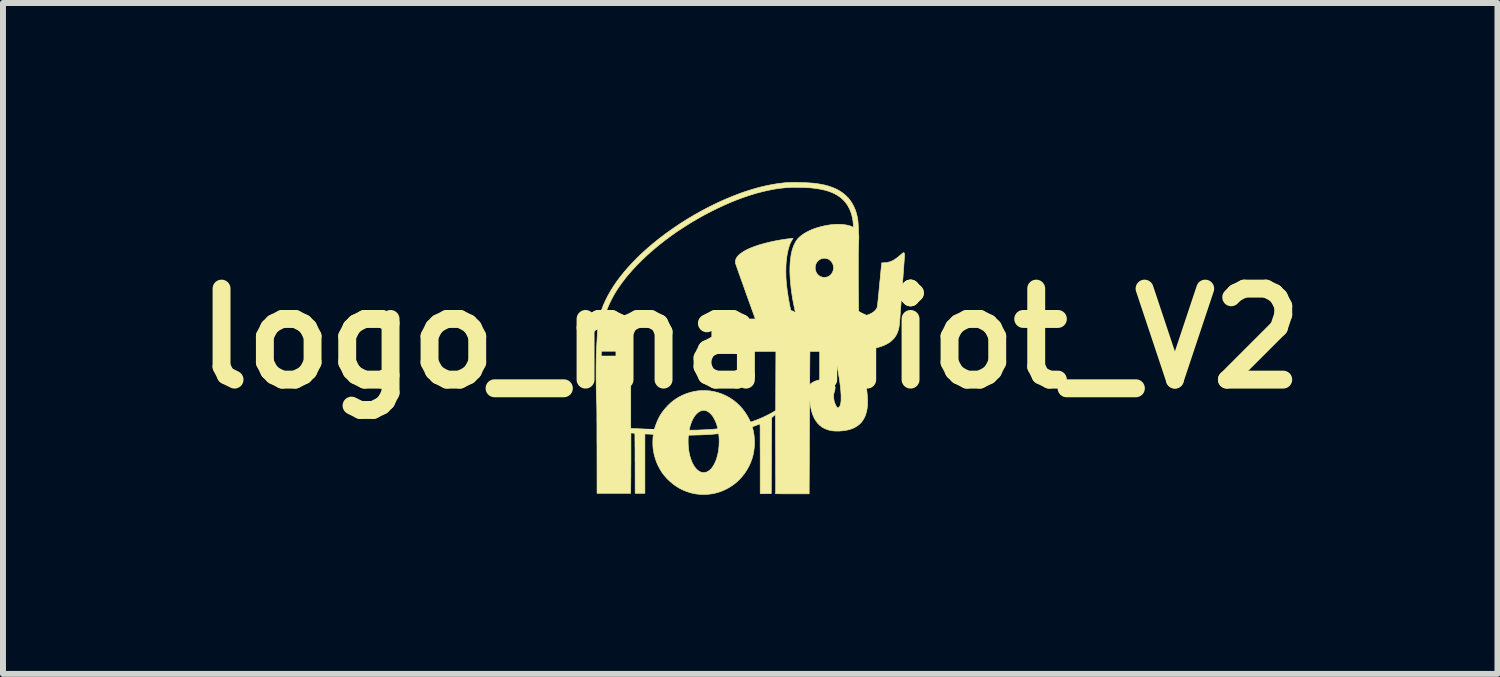
<source format=kicad_pcb>
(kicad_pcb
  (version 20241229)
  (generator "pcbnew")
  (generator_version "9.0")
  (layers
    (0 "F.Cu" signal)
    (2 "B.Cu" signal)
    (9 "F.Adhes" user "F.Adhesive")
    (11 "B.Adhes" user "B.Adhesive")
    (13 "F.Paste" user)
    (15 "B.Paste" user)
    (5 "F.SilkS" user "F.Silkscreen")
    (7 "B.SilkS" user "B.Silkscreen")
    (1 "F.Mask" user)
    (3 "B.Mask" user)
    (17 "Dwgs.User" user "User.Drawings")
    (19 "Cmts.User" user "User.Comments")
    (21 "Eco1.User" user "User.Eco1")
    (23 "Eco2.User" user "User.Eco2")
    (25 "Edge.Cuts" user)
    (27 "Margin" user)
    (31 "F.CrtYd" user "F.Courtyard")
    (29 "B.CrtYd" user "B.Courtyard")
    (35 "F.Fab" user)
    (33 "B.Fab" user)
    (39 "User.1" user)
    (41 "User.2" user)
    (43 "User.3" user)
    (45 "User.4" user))
  (footprint "logo_mamiot_V2"
    (layer "F.Cu")
    (at 9.514 2.618)
    (property "Reference" "logo_mamiot_V2" (at 0 0 0) (layer "F.SilkS") (effects (font (size 1.524 1.524) (thickness 0.3))))
    (attr through_hole)
    (fp_poly (pts (xy 0.788 -2.613) (xy 0.835 -2.612) (xy 0.883 -2.61) (xy 0.93 -2.609) (xy 0.975 -2.606) (xy 1.018 -2.603) (xy 1.058 -2.6) (xy 1.094 -2.596) (xy 1.103 -2.595) (xy 1.178 -2.583) (xy 1.248 -2.569) (xy 1.314 -2.551) (xy 1.375 -2.53) (xy 1.432 -2.506) (xy 1.485 -2.478) (xy 1.534 -2.447) (xy 1.579 -2.412) (xy 1.61 -2.385) (xy 1.648 -2.345) (xy 1.682 -2.301) (xy 1.713 -2.253) (xy 1.739 -2.201) (xy 1.762 -2.147) (xy 1.776 -2.103) (xy 1.784 -2.073) (xy 1.791 -2.044) (xy 1.797 -2.016) (xy 1.802 -1.986) (xy 1.805 -1.954) (xy 1.808 -1.92) (xy 1.81 -1.882) (xy 1.812 -1.839) (xy 1.812 -1.836) (xy 1.813 -1.814) (xy 1.813 -1.792) (xy 1.814 -1.773) (xy 1.815 -1.757) (xy 1.816 -1.744) (xy 1.817 -1.735) (xy 1.818 -1.734) (xy 1.819 -1.726) (xy 1.819 -1.716) (xy 1.819 -1.702) (xy 1.819 -1.685) (xy 1.818 -1.663) (xy 1.818 -1.655) (xy 1.816 -1.609) (xy 1.814 -1.557) (xy 1.813 -1.5) (xy 1.811 -1.438) (xy 1.811 -1.371) (xy 1.81 -1.299) (xy 1.81 -1.222) (xy 1.81 -1.14) (xy 1.81 -1.054) (xy 1.81 -1.013) (xy 1.81 -0.973) (xy 1.811 -0.932) (xy 1.811 -0.89) (xy 1.811 -0.847) (xy 1.812 -0.803) (xy 1.812 -0.76) (xy 1.813 -0.717) (xy 1.813 -0.674) (xy 1.814 -0.633) (xy 1.814 -0.593) (xy 1.815 -0.556) (xy 1.815 -0.52) (xy 1.816 -0.487) (xy 1.816 -0.457) (xy 1.817 -0.43) (xy 1.817 -0.407) (xy 1.818 -0.388) (xy 1.818 -0.373) (xy 1.819 -0.364) (xy 1.819 -0.359) (xy 1.819 -0.359) (xy 1.822 -0.359) (xy 1.83 -0.36) (xy 1.842 -0.362) (xy 1.857 -0.364) (xy 1.873 -0.368) (xy 1.891 -0.372) (xy 1.899 -0.374) (xy 1.944 -0.386) (xy 1.984 -0.4) (xy 2.018 -0.415) (xy 2.048 -0.432) (xy 2.074 -0.451) (xy 2.095 -0.472) (xy 2.107 -0.487) (xy 2.11 -0.491) (xy 2.113 -0.495) (xy 2.116 -0.499) (xy 2.118 -0.503) (xy 2.12 -0.507) (xy 2.122 -0.512) (xy 2.124 -0.518) (xy 2.126 -0.525) (xy 2.128 -0.534) (xy 2.13 -0.545) (xy 2.131 -0.559) (xy 2.134 -0.574) (xy 2.136 -0.593) (xy 2.138 -0.614) (xy 2.141 -0.639) (xy 2.144 -0.668) (xy 2.147 -0.701) (xy 2.151 -0.738) (xy 2.155 -0.78) (xy 2.159 -0.826) (xy 2.164 -0.878) (xy 2.166 -0.898) (xy 2.17 -0.943) (xy 2.175 -0.986) (xy 2.179 -1.028) (xy 2.182 -1.067) (xy 2.186 -1.103) (xy 2.189 -1.137) (xy 2.192 -1.168) (xy 2.195 -1.195) (xy 2.197 -1.218) (xy 2.199 -1.237) (xy 2.2 -1.251) (xy 2.201 -1.261) (xy 2.201 -1.265) (xy 2.201 -1.265) (xy 2.204 -1.266) (xy 2.211 -1.266) (xy 2.222 -1.267) (xy 2.236 -1.268) (xy 2.244 -1.268) (xy 2.276 -1.27) (xy 2.305 -1.275) (xy 2.333 -1.282) (xy 2.361 -1.292) (xy 2.389 -1.305) (xy 2.417 -1.321) (xy 2.447 -1.342) (xy 2.479 -1.366) (xy 2.512 -1.394) (xy 2.528 -1.408) (xy 2.541 -1.419) (xy 2.55 -1.426) (xy 2.558 -1.432) (xy 2.563 -1.435) (xy 2.567 -1.436) (xy 2.571 -1.436) (xy 2.572 -1.436) (xy 2.578 -1.432) (xy 2.582 -1.424) (xy 2.584 -1.41) (xy 2.585 -1.398) (xy 2.585 -1.393) (xy 2.584 -1.383) (xy 2.583 -1.368) (xy 2.582 -1.349) (xy 2.58 -1.325) (xy 2.578 -1.297) (xy 2.576 -1.265) (xy 2.573 -1.231) (xy 2.571 -1.193) (xy 2.568 -1.152) (xy 2.565 -1.109) (xy 2.561 -1.064) (xy 2.558 -1.018) (xy 2.554 -0.97) (xy 2.551 -0.921) (xy 2.547 -0.871) (xy 2.543 -0.821) (xy 2.539 -0.771) (xy 2.536 -0.721) (xy 2.532 -0.671) (xy 2.528 -0.623) (xy 2.525 -0.576) (xy 2.521 -0.53) (xy 2.518 -0.487) (xy 2.515 -0.445) (xy 2.512 -0.406) (xy 2.509 -0.37) (xy 2.507 -0.337) (xy 2.504 -0.308) (xy 2.502 -0.283) (xy 2.5 -0.262) (xy 2.499 -0.245) (xy 2.498 -0.233) (xy 2.497 -0.226) (xy 2.497 -0.226) (xy 2.489 -0.175) (xy 2.476 -0.127) (xy 2.459 -0.084) (xy 2.438 -0.044) (xy 2.412 -0.007) (xy 2.382 0.025) (xy 2.348 0.055) (xy 2.309 0.081) (xy 2.276 0.099) (xy 2.234 0.119) (xy 2.186 0.136) (xy 2.133 0.152) (xy 2.075 0.167) (xy 2.013 0.179) (xy 1.947 0.19) (xy 1.908 0.195) (xy 1.896 0.196) (xy 1.886 0.198) (xy 1.879 0.199) (xy 1.877 0.199) (xy 1.878 0.202) (xy 1.878 0.21) (xy 1.88 0.223) (xy 1.882 0.24) (xy 1.884 0.262) (xy 1.887 0.288) (xy 1.89 0.317) (xy 1.894 0.349) (xy 1.898 0.384) (xy 1.902 0.422) (xy 1.906 0.462) (xy 1.911 0.503) (xy 1.914 0.527) (xy 1.918 0.57) (xy 1.923 0.613) (xy 1.928 0.654) (xy 1.932 0.694) (xy 1.937 0.731) (xy 1.941 0.767) (xy 1.944 0.799) (xy 1.947 0.827) (xy 1.95 0.852) (xy 1.952 0.873) (xy 1.954 0.889) (xy 1.956 0.901) (xy 1.956 0.903) (xy 1.962 0.967) (xy 1.965 1.025) (xy 1.965 1.08) (xy 1.963 1.131) (xy 1.957 1.178) (xy 1.949 1.222) (xy 1.937 1.264) (xy 1.923 1.303) (xy 1.906 1.338) (xy 1.883 1.376) (xy 1.856 1.411) (xy 1.824 1.441) (xy 1.789 1.468) (xy 1.75 1.491) (xy 1.706 1.511) (xy 1.659 1.526) (xy 1.607 1.538) (xy 1.551 1.546) (xy 1.491 1.551) (xy 1.486 1.551) (xy 1.43 1.551) (xy 1.378 1.547) (xy 1.329 1.538) (xy 1.283 1.524) (xy 1.241 1.506) (xy 1.202 1.484) (xy 1.167 1.457) (xy 1.134 1.425) (xy 1.106 1.389) (xy 1.08 1.349) (xy 1.066 1.321) (xy 1.045 1.272) (xy 1.028 1.219) (xy 1.015 1.162) (xy 1.005 1.104) (xy 1.002 1.073) (xy 1 1.059) (xy 0.999 1.047) (xy 0.998 1.038) (xy 0.997 1.033) (xy 0.997 1.033) (xy 0.997 1.033) (xy 0.996 1.035) (xy 0.996 1.039) (xy 0.996 1.044) (xy 0.996 1.052) (xy 0.996 1.062) (xy 0.995 1.074) (xy 0.995 1.089) (xy 0.995 1.106) (xy 0.995 1.126) (xy 0.995 1.149) (xy 0.995 1.175) (xy 0.994 1.204) (xy 0.994 1.237) (xy 0.994 1.273) (xy 0.994 1.313) (xy 0.993 1.357) (xy 0.993 1.405) (xy 0.993 1.457) (xy 0.992 1.513) (xy 0.992 1.574) (xy 0.992 1.639) (xy 0.991 1.709) (xy 0.991 1.783) (xy 0.991 1.863) (xy 0.99 1.948) (xy 0.99 2.038) (xy 0.989 2.134) (xy 0.989 2.153) (xy 0.987 2.602) (xy 0.702 2.602) (xy 0.655 2.602) (xy 0.613 2.602) (xy 0.576 2.602) (xy 0.544 2.602) (xy 0.517 2.602) (xy 0.494 2.601) (xy 0.474 2.601) (xy 0.458 2.601) (xy 0.446 2.601) (xy 0.436 2.6) (xy 0.429 2.6) (xy 0.424 2.6) (xy 0.422 2.599) (xy 0.421 2.598) (xy 0.421 2.598) (xy 0.422 2.597) (xy 0.422 2.596) (xy 0.423 2.595) (xy 0.423 2.592) (xy 0.424 2.589) (xy 0.424 2.584) (xy 0.424 2.578) (xy 0.425 2.57) (xy 0.425 2.56) (xy 0.425 2.548) (xy 0.425 2.534) (xy 0.425 2.517) (xy 0.426 2.497) (xy 0.426 2.475) (xy 0.426 2.449) (xy 0.426 2.42) (xy 0.426 2.387) (xy 0.426 2.351) (xy 0.426 2.31) (xy 0.425 2.265) (xy 0.425 2.216) (xy 0.425 2.162) (xy 0.425 2.103) (xy 0.425 2.038) (xy 0.425 1.969) (xy 0.424 1.934) (xy 0.422 1.273) (xy 0.391 1.3) (xy 0.359 1.327) (xy 0.357 1.606) (xy 0.357 1.65) (xy 0.357 1.696) (xy 0.357 1.742) (xy 0.356 1.789) (xy 0.356 1.834) (xy 0.356 1.879) (xy 0.356 1.921) (xy 0.356 1.961) (xy 0.356 1.997) (xy 0.356 2.029) (xy 0.356 2.05) (xy 0.356 2.084) (xy 0.355 2.122) (xy 0.355 2.164) (xy 0.355 2.208) (xy 0.355 2.253) (xy 0.355 2.298) (xy 0.354 2.341) (xy 0.354 2.382) (xy 0.354 2.407) (xy 0.352 2.599) (xy 0.167 2.599) (xy 0.167 2.015) (xy 0.167 1.947) (xy 0.167 1.885) (xy 0.166 1.828) (xy 0.166 1.776) (xy 0.166 1.728) (xy 0.166 1.686) (xy 0.166 1.647) (xy 0.166 1.613) (xy 0.166 1.582) (xy 0.166 1.555) (xy 0.166 1.532) (xy 0.166 1.511) (xy 0.166 1.494) (xy 0.165 1.479) (xy 0.165 1.467) (xy 0.165 1.457) (xy 0.165 1.449) (xy 0.164 1.443) (xy 0.164 1.439) (xy 0.163 1.435) (xy 0.163 1.434) (xy 0.162 1.433) (xy 0.162 1.432) (xy 0.162 1.432) (xy 0.152 1.436) (xy 0.138 1.441) (xy 0.122 1.447) (xy 0.105 1.454) (xy 0.089 1.46) (xy 0.075 1.465) (xy 0.064 1.468) (xy 0.064 1.469) (xy 0.053 1.472) (xy 0.044 1.476) (xy 0.038 1.478) (xy 0.037 1.478) (xy 0.036 1.481) (xy 0.036 1.485) (xy 0.037 1.493) (xy 0.04 1.505) (xy 0.044 1.519) (xy 0.055 1.567) (xy 0.063 1.613) (xy 0.068 1.659) (xy 0.071 1.708) (xy 0.071 1.743) (xy 0.069 1.813) (xy 0.061 1.88) (xy 0.049 1.946) (xy 0.032 2.009) (xy 0.009 2.072) (xy -0.019 2.135) (xy -0.024 2.145) (xy -0.058 2.205) (xy -0.096 2.262) (xy -0.138 2.315) (xy -0.183 2.365) (xy -0.233 2.411) (xy -0.285 2.452) (xy -0.341 2.489) (xy -0.399 2.522) (xy -0.46 2.55) (xy -0.523 2.573) (xy -0.587 2.591) (xy -0.643 2.602) (xy -0.706 2.61) (xy -0.769 2.613) (xy -0.831 2.612) (xy -0.854 2.61) (xy -0.921 2.602) (xy -0.987 2.588) (xy -1.051 2.568) (xy -1.114 2.544) (xy -1.174 2.515) (xy -1.232 2.481) (xy -1.287 2.442) (xy -1.339 2.399) (xy -1.389 2.352) (xy -1.434 2.301) (xy -1.475 2.248) (xy -1.511 2.19) (xy -1.543 2.13) (xy -1.571 2.067) (xy -1.593 2.001) (xy -1.611 1.932) (xy -1.623 1.87) (xy -1.627 1.833) (xy -1.63 1.792) (xy -1.631 1.749) (xy -1.631 1.731) (xy -1.04 1.731) (xy -1.038 1.791) (xy -1.033 1.85) (xy -1.024 1.908) (xy -1.012 1.964) (xy -1 2.004) (xy -0.984 2.049) (xy -0.966 2.091) (xy -0.946 2.127) (xy -0.924 2.16) (xy -0.901 2.187) (xy -0.876 2.21) (xy -0.85 2.227) (xy -0.823 2.24) (xy -0.815 2.242) (xy -0.799 2.245) (xy -0.78 2.246) (xy -0.76 2.244) (xy -0.742 2.241) (xy -0.732 2.238) (xy -0.706 2.225) (xy -0.68 2.207) (xy -0.656 2.184) (xy -0.633 2.156) (xy -0.612 2.124) (xy -0.593 2.087) (xy -0.575 2.047) (xy -0.56 2.003) (xy -0.547 1.956) (xy -0.536 1.906) (xy -0.53 1.873) (xy -0.523 1.806) (xy -0.52 1.739) (xy -0.52 1.696) (xy -0.521 1.676) (xy -0.522 1.656) (xy -0.523 1.638) (xy -0.525 1.622) (xy -0.526 1.609) (xy -0.527 1.6) (xy -0.529 1.596) (xy -0.529 1.595) (xy -0.532 1.595) (xy -0.539 1.596) (xy -0.551 1.597) (xy -0.565 1.598) (xy -0.573 1.599) (xy -0.629 1.604) (xy -0.691 1.608) (xy -0.758 1.612) (xy -0.829 1.615) (xy -0.906 1.617) (xy -0.957 1.619) (xy -0.977 1.619) (xy -0.995 1.62) (xy -1.011 1.62) (xy -1.023 1.62) (xy -1.032 1.621) (xy -1.035 1.621) (xy -1.035 1.621) (xy -1.035 1.624) (xy -1.036 1.632) (xy -1.037 1.643) (xy -1.038 1.658) (xy -1.039 1.673) (xy -1.04 1.731) (xy -1.631 1.731) (xy -1.63 1.705) (xy -1.628 1.661) (xy -1.624 1.621) (xy -1.622 1.607) (xy -1.64 1.605) (xy -1.649 1.604) (xy -1.662 1.603) (xy -1.678 1.603) (xy -1.696 1.602) (xy -1.711 1.601) (xy -1.764 1.6) (xy -1.764 2.594) (xy -1.927 2.594) (xy -1.928 2.092) (xy -1.929 2.04) (xy -1.929 1.988) (xy -1.929 1.939) (xy -1.929 1.891) (xy -1.929 1.846) (xy -1.93 1.804) (xy -1.93 1.765) (xy -1.93 1.729) (xy -1.931 1.696) (xy -1.931 1.667) (xy -1.931 1.642) (xy -1.931 1.622) (xy -1.932 1.606) (xy -1.932 1.595) (xy -1.932 1.59) (xy -1.932 1.589) (xy -1.936 1.588) (xy -1.944 1.587) (xy -1.955 1.586) (xy -1.966 1.585) (xy -1.998 1.583) (xy -1.998 1.891) (xy -1.998 1.938) (xy -1.998 1.986) (xy -1.998 2.036) (xy -1.998 2.086) (xy -1.999 2.136) (xy -1.999 2.185) (xy -1.999 2.233) (xy -1.999 2.277) (xy -1.999 2.319) (xy -2 2.356) (xy -2 2.389) (xy -2 2.397) (xy -2.002 2.594) (xy -2.565 2.594) (xy -2.566 1.879) (xy -2.566 1.794) (xy -2.567 1.714) (xy -2.567 1.639) (xy -2.567 1.568) (xy -2.567 1.532) (xy -1.022 1.532) (xy -1.021 1.534) (xy -1.019 1.535) (xy -1.014 1.536) (xy -1.007 1.536) (xy -0.996 1.536) (xy -0.98 1.536) (xy -0.964 1.536) (xy -0.945 1.536) (xy -0.922 1.535) (xy -0.896 1.535) (xy -0.869 1.534) (xy -0.844 1.533) (xy -0.828 1.532) (xy -0.802 1.531) (xy -0.775 1.53) (xy -0.747 1.529) (xy -0.718 1.527) (xy -0.69 1.525) (xy -0.663 1.523) (xy -0.637 1.522) (xy -0.613 1.52) (xy -0.591 1.518) (xy -0.573 1.516) (xy -0.559 1.515) (xy -0.549 1.513) (xy -0.544 1.512) (xy -0.543 1.512) (xy -0.543 1.509) (xy -0.545 1.501) (xy -0.548 1.491) (xy -0.551 1.478) (xy -0.555 1.463) (xy -0.559 1.449) (xy -0.563 1.435) (xy -0.567 1.424) (xy -0.569 1.42) (xy -0.585 1.38) (xy -0.603 1.344) (xy -0.622 1.311) (xy -0.644 1.282) (xy -0.667 1.257) (xy -0.691 1.237) (xy -0.715 1.221) (xy -0.74 1.21) (xy -0.742 1.21) (xy -0.762 1.206) (xy -0.784 1.205) (xy -0.805 1.207) (xy -0.825 1.212) (xy -0.851 1.224) (xy -0.876 1.242) (xy -0.901 1.264) (xy -0.924 1.291) (xy -0.945 1.323) (xy -0.965 1.358) (xy -0.983 1.398) (xy -0.993 1.427) (xy -0.998 1.44) (xy -1.003 1.456) (xy -1.008 1.473) (xy -1.012 1.49) (xy -1.016 1.505) (xy -1.019 1.518) (xy -1.021 1.528) (xy -1.022 1.532) (xy -2.567 1.532) (xy -2.567 1.503) (xy -2.567 1.442) (xy -2.568 1.386) (xy -2.568 1.335) (xy -2.568 1.289) (xy -2.568 1.248) (xy -2.569 1.213) (xy -2.569 1.182) (xy -2.569 1.158) (xy -2.57 1.138) (xy -2.57 1.124) (xy -2.57 1.116) (xy -2.572 1.087) (xy -2.574 1.052) (xy -2.575 1.014) (xy -2.576 0.971) (xy -2.577 0.925) (xy -2.578 0.876) (xy -2.579 0.825) (xy -2.58 0.772) (xy -2.58 0.719) (xy -2.581 0.665) (xy -2.581 0.611) (xy -2.581 0.558) (xy -2.581 0.506) (xy -2.581 0.456) (xy -2.58 0.409) (xy -2.58 0.365) (xy -2.579 0.324) (xy -2.578 0.294) (xy -2.495 0.294) (xy -2.001 0.294) (xy -2.001 1.507) (xy -1.99 1.507) (xy -1.986 1.507) (xy -1.976 1.508) (xy -1.962 1.508) (xy -1.943 1.509) (xy -1.921 1.51) (xy -1.896 1.511) (xy -1.868 1.512) (xy -1.839 1.514) (xy -1.807 1.515) (xy -1.803 1.515) (xy -1.772 1.517) (xy -1.742 1.518) (xy -1.714 1.519) (xy -1.689 1.52) (xy -1.666 1.521) (xy -1.647 1.522) (xy -1.632 1.523) (xy -1.622 1.523) (xy -1.617 1.524) (xy -1.616 1.524) (xy -1.609 1.523) (xy -1.605 1.521) (xy -1.605 1.52) (xy -1.604 1.517) (xy -1.601 1.509) (xy -1.597 1.497) (xy -1.593 1.483) (xy -1.588 1.468) (xy -1.564 1.404) (xy -1.538 1.344) (xy -1.507 1.287) (xy -1.471 1.233) (xy -1.431 1.182) (xy -1.386 1.132) (xy -1.379 1.124) (xy -1.351 1.097) (xy -1.325 1.073) (xy -1.299 1.052) (xy -1.272 1.032) (xy -1.244 1.012) (xy -1.186 0.977) (xy -1.125 0.947) (xy -1.063 0.922) (xy -0.999 0.902) (xy -0.935 0.887) (xy -0.87 0.877) (xy -0.804 0.873) (xy -0.738 0.873) (xy -0.672 0.879) (xy -0.607 0.89) (xy -0.542 0.907) (xy -0.479 0.928) (xy -0.417 0.955) (xy -0.357 0.986) (xy -0.33 1.003) (xy -0.274 1.041) (xy -0.222 1.084) (xy -0.172 1.132) (xy -0.127 1.183) (xy -0.086 1.238) (xy -0.049 1.296) (xy -0.016 1.356) (xy -0.014 1.361) (xy -0.008 1.374) (xy -0.002 1.386) (xy 0.003 1.394) (xy 0.007 1.399) (xy 0.008 1.4) (xy 0.013 1.399) (xy 0.023 1.396) (xy 0.037 1.391) (xy 0.053 1.385) (xy 0.073 1.378) (xy 0.094 1.37) (xy 0.116 1.362) (xy 0.138 1.353) (xy 0.161 1.344) (xy 0.182 1.335) (xy 0.196 1.328) (xy 0.216 1.32) (xy 0.238 1.309) (xy 0.262 1.298) (xy 0.286 1.285) (xy 0.31 1.273) (xy 0.334 1.261) (xy 0.356 1.249) (xy 0.377 1.237) (xy 0.394 1.227) (xy 0.408 1.219) (xy 0.418 1.212) (xy 0.42 1.211) (xy 0.426 1.206) (xy 0.428 0.712) (xy 0.428 0.677) (xy 0.996 0.677) (xy 0.996 0.704) (xy 0.997 0.726) (xy 0.997 0.743) (xy 0.997 0.756) (xy 0.998 0.765) (xy 0.998 0.77) (xy 0.999 0.77) (xy 1.002 0.769) (xy 1.006 0.765) (xy 1.01 0.761) (xy 1.018 0.755) (xy 1.028 0.748) (xy 1.034 0.744) (xy 1.069 0.723) (xy 1.106 0.708) (xy 1.144 0.698) (xy 1.182 0.693) (xy 1.22 0.693) (xy 1.258 0.699) (xy 1.295 0.71) (xy 1.321 0.721) (xy 1.341 0.732) (xy 1.36 0.744) (xy 1.377 0.757) (xy 1.393 0.77) (xy 1.406 0.782) (xy 1.415 0.794) (xy 1.419 0.803) (xy 1.422 0.819) (xy 1.421 0.838) (xy 1.418 0.86) (xy 1.412 0.887) (xy 1.405 0.907) (xy 1.402 0.918) (xy 1.4 0.927) (xy 1.398 0.934) (xy 1.397 0.943) (xy 1.397 0.953) (xy 1.397 0.966) (xy 1.398 0.979) (xy 1.399 1.006) (xy 1.402 1.029) (xy 1.406 1.05) (xy 1.412 1.07) (xy 1.417 1.083) (xy 1.423 1.098) (xy 1.431 1.115) (xy 1.439 1.131) (xy 1.447 1.144) (xy 1.451 1.151) (xy 1.459 1.159) (xy 1.466 1.162) (xy 1.474 1.161) (xy 1.482 1.156) (xy 1.494 1.145) (xy 1.503 1.129) (xy 1.511 1.107) (xy 1.517 1.08) (xy 1.521 1.048) (xy 1.522 1.01) (xy 1.522 0.967) (xy 1.52 0.919) (xy 1.516 0.865) (xy 1.51 0.807) (xy 1.502 0.743) (xy 1.492 0.673) (xy 1.48 0.599) (xy 1.466 0.519) (xy 1.449 0.434) (xy 1.431 0.343) (xy 1.424 0.305) (xy 1.419 0.285) (xy 1.416 0.266) (xy 1.412 0.25) (xy 1.409 0.237) (xy 1.407 0.228) (xy 1.406 0.224) (xy 1.405 0.217) (xy 1 0.217) (xy 0.998 0.408) (xy 0.998 0.466) (xy 0.997 0.519) (xy 0.997 0.566) (xy 0.997 0.608) (xy 0.996 0.645) (xy 0.996 0.677) (xy 0.428 0.677) (xy 0.43 0.217) (xy -0.586 0.217) (xy -0.599 0.211) (xy -0.61 0.202) (xy -0.621 0.19) (xy -0.631 0.176) (xy -0.637 0.164) (xy -0.638 0.161) (xy -0.639 0.157) (xy -0.64 0.153) (xy -0.64 0.147) (xy -0.641 0.139) (xy -0.641 0.128) (xy -0.642 0.115) (xy -0.642 0.099) (xy -0.642 0.079) (xy -0.642 0.055) (xy -0.643 0.027) (xy -0.643 -0.006) (xy -0.643 -0.044) (xy -0.643 -0.084) (xy -0.643 -0.118) (xy -0.643 -0.148) (xy -0.643 -0.173) (xy -0.643 -0.195) (xy -0.643 -0.212) (xy -0.642 -0.227) (xy -0.642 -0.239) (xy -0.641 -0.249) (xy -0.64 -0.257) (xy -0.638 -0.264) (xy -0.637 -0.269) (xy -0.635 -0.274) (xy -0.632 -0.279) (xy -0.632 -0.281) (xy -0.624 -0.293) (xy -0.614 -0.305) (xy -0.603 -0.315) (xy -0.597 -0.318) (xy -0.595 -0.319) (xy -0.593 -0.32) (xy -0.589 -0.32) (xy -0.585 -0.321) (xy -0.578 -0.321) (xy -0.57 -0.322) (xy -0.559 -0.322) (xy -0.546 -0.322) (xy -0.53 -0.323) (xy -0.51 -0.323) (xy -0.488 -0.323) (xy -0.461 -0.323) (xy -0.431 -0.324) (xy -0.396 -0.324) (xy -0.356 -0.324) (xy -0.311 -0.324) (xy -0.261 -0.325) (xy -0.251 -0.325) (xy 0.086 -0.326) (xy -0.08 -0.787) (xy -0.101 -0.847) (xy -0.121 -0.904) (xy -0.14 -0.957) (xy -0.158 -1.006) (xy -0.174 -1.052) (xy -0.189 -1.093) (xy -0.202 -1.131) (xy -0.214 -1.164) (xy -0.224 -1.193) (xy -0.232 -1.217) (xy -0.239 -1.237) (xy -0.244 -1.252) (xy -0.247 -1.261) (xy -0.248 -1.266) (xy -0.249 -1.287) (xy -0.246 -1.309) (xy -0.238 -1.332) (xy -0.234 -1.341) (xy -0.228 -1.351) (xy -0.222 -1.361) (xy -0.215 -1.37) (xy -0.206 -1.381) (xy -0.194 -1.393) (xy -0.169 -1.416) (xy -0.14 -1.437) (xy -0.108 -1.458) (xy -0.071 -1.479) (xy -0.03 -1.499) (xy 0.017 -1.519) (xy 0.068 -1.539) (xy 0.092 -1.547) (xy 0.138 -1.563) (xy 0.189 -1.578) (xy 0.243 -1.593) (xy 0.301 -1.607) (xy 0.36 -1.621) (xy 0.421 -1.634) (xy 0.481 -1.645) (xy 0.541 -1.655) (xy 0.569 -1.659) (xy 0.586 -1.662) (xy 0.606 -1.665) (xy 0.626 -1.667) (xy 0.646 -1.67) (xy 0.664 -1.672) (xy 0.681 -1.674) (xy 0.695 -1.675) (xy 0.705 -1.676) (xy 0.709 -1.676) (xy 0.717 -1.676) (xy 0.704 -1.656) (xy 0.685 -1.623) (xy 0.667 -1.584) (xy 0.651 -1.54) (xy 0.637 -1.492) (xy 0.625 -1.439) (xy 0.615 -1.382) (xy 0.607 -1.32) (xy 0.601 -1.26) (xy 0.6 -1.242) (xy 0.599 -1.22) (xy 0.598 -1.194) (xy 0.598 -1.166) (xy 0.597 -1.136) (xy 0.597 -1.105) (xy 0.598 -1.075) (xy 0.598 -1.047) (xy 0.599 -1.021) (xy 0.6 -0.998) (xy 0.601 -0.984) (xy 0.61 -0.879) (xy 0.624 -0.772) (xy 0.641 -0.663) (xy 0.661 -0.553) (xy 0.685 -0.444) (xy 0.711 -0.336) (xy 0.711 -0.335) (xy 0.714 -0.325) (xy 0.747 -0.325) (xy 0.762 -0.325) (xy 0.772 -0.325) (xy 0.778 -0.326) (xy 0.78 -0.328) (xy 0.781 -0.328) (xy 0.78 -0.332) (xy 0.779 -0.341) (xy 0.777 -0.352) (xy 0.773 -0.366) (xy 0.772 -0.373) (xy 0.753 -0.451) (xy 0.736 -0.531) (xy 0.72 -0.61) (xy 0.706 -0.69) (xy 0.694 -0.769) (xy 0.684 -0.847) (xy 0.676 -0.923) (xy 0.67 -0.996) (xy 0.666 -1.066) (xy 0.664 -1.132) (xy 0.665 -1.191) (xy 1.088 -1.191) (xy 1.089 -1.162) (xy 1.096 -1.133) (xy 1.105 -1.108) (xy 1.121 -1.083) (xy 1.141 -1.061) (xy 1.163 -1.044) (xy 1.189 -1.032) (xy 1.216 -1.024) (xy 1.231 -1.023) (xy 1.25 -1.023) (xy 1.269 -1.025) (xy 1.286 -1.029) (xy 1.291 -1.03) (xy 1.312 -1.039) (xy 1.331 -1.051) (xy 1.348 -1.066) (xy 1.349 -1.067) (xy 1.367 -1.089) (xy 1.38 -1.114) (xy 1.39 -1.141) (xy 1.395 -1.17) (xy 1.395 -1.199) (xy 1.39 -1.227) (xy 1.387 -1.235) (xy 1.375 -1.263) (xy 1.359 -1.287) (xy 1.339 -1.307) (xy 1.317 -1.324) (xy 1.291 -1.335) (xy 1.263 -1.342) (xy 1.241 -1.343) (xy 1.213 -1.341) (xy 1.187 -1.333) (xy 1.162 -1.32) (xy 1.139 -1.303) (xy 1.12 -1.282) (xy 1.115 -1.275) (xy 1.101 -1.249) (xy 1.093 -1.22) (xy 1.088 -1.191) (xy 0.665 -1.191) (xy 0.665 -1.194) (xy 0.666 -1.222) (xy 0.67 -1.288) (xy 0.677 -1.349) (xy 0.686 -1.406) (xy 0.697 -1.458) (xy 0.711 -1.506) (xy 0.727 -1.55) (xy 0.746 -1.591) (xy 0.767 -1.629) (xy 0.772 -1.636) (xy 0.795 -1.667) (xy 0.824 -1.697) (xy 0.857 -1.725) (xy 0.896 -1.752) (xy 0.939 -1.778) (xy 0.986 -1.802) (xy 1.037 -1.825) (xy 1.092 -1.845) (xy 1.123 -1.855) (xy 1.183 -1.872) (xy 1.242 -1.886) (xy 1.301 -1.897) (xy 1.359 -1.905) (xy 1.415 -1.91) (xy 1.469 -1.912) (xy 1.521 -1.911) (xy 1.57 -1.906) (xy 1.616 -1.899) (xy 1.658 -1.889) (xy 1.697 -1.876) (xy 1.719 -1.865) (xy 1.73 -1.86) (xy 1.729 -1.868) (xy 1.728 -1.874) (xy 1.727 -1.884) (xy 1.726 -1.896) (xy 1.726 -1.908) (xy 1.721 -1.967) (xy 1.711 -2.024) (xy 1.697 -2.08) (xy 1.679 -2.133) (xy 1.656 -2.183) (xy 1.631 -2.229) (xy 1.606 -2.264) (xy 1.575 -2.303) (xy 1.539 -2.338) (xy 1.501 -2.369) (xy 1.458 -2.398) (xy 1.412 -2.424) (xy 1.361 -2.447) (xy 1.306 -2.467) (xy 1.247 -2.484) (xy 1.183 -2.498) (xy 1.115 -2.51) (xy 1.042 -2.519) (xy 0.996 -2.523) (xy 0.977 -2.524) (xy 0.954 -2.525) (xy 0.928 -2.527) (xy 0.899 -2.528) (xy 0.868 -2.528) (xy 0.836 -2.529) (xy 0.804 -2.53) (xy 0.774 -2.53) (xy 0.745 -2.531) (xy 0.72 -2.531) (xy 0.699 -2.531) (xy 0.687 -2.53) (xy 0.597 -2.525) (xy 0.503 -2.515) (xy 0.407 -2.501) (xy 0.308 -2.482) (xy 0.207 -2.459) (xy 0.104 -2.432) (xy -0.002 -2.4) (xy -0.108 -2.364) (xy -0.217 -2.324) (xy -0.327 -2.28) (xy -0.437 -2.232) (xy -0.549 -2.18) (xy -0.661 -2.124) (xy -0.774 -2.065) (xy -0.874 -2.009) (xy -0.99 -1.941) (xy -1.104 -1.869) (xy -1.216 -1.796) (xy -1.324 -1.72) (xy -1.429 -1.642) (xy -1.531 -1.562) (xy -1.629 -1.48) (xy -1.722 -1.398) (xy -1.811 -1.314) (xy -1.896 -1.229) (xy -1.975 -1.144) (xy -2.05 -1.058) (xy -2.09 -1.009) (xy -2.148 -0.933) (xy -2.202 -0.857) (xy -2.251 -0.782) (xy -2.295 -0.706) (xy -2.334 -0.631) (xy -2.369 -0.557) (xy -2.399 -0.484) (xy -2.423 -0.412) (xy -2.442 -0.341) (xy -2.449 -0.309) (xy -2.453 -0.291) (xy -2.456 -0.273) (xy -2.459 -0.255) (xy -2.462 -0.238) (xy -2.464 -0.222) (xy -2.465 -0.21) (xy -2.466 -0.201) (xy -2.466 -0.196) (xy -2.466 -0.196) (xy -2.463 -0.197) (xy -2.457 -0.2) (xy -2.449 -0.205) (xy -2.448 -0.205) (xy -2.422 -0.221) (xy -2.391 -0.236) (xy -2.356 -0.251) (xy -2.318 -0.264) (xy -2.278 -0.276) (xy -2.236 -0.287) (xy -2.193 -0.296) (xy -2.151 -0.303) (xy -2.109 -0.307) (xy -2.081 -0.309) (xy -2.055 -0.31) (xy -2.032 -0.309) (xy -2.013 -0.306) (xy -1.998 -0.302) (xy -1.988 -0.296) (xy -1.984 -0.291) (xy -1.984 -0.288) (xy -1.984 -0.279) (xy -1.983 -0.264) (xy -1.983 -0.245) (xy -1.984 -0.221) (xy -1.984 -0.193) (xy -1.984 -0.16) (xy -1.985 -0.124) (xy -1.985 -0.083) (xy -1.986 -0.058) (xy -1.986 -0.022) (xy -1.987 0.013) (xy -1.987 0.046) (xy -1.988 0.077) (xy -1.988 0.105) (xy -1.989 0.131) (xy -1.989 0.152) (xy -1.989 0.17) (xy -1.989 0.183) (xy -1.99 0.191) (xy -1.99 0.193) (xy -1.99 0.214) (xy -2.491 0.214) (xy -2.493 0.242) (xy -2.494 0.255) (xy -2.494 0.268) (xy -2.495 0.278) (xy -2.495 0.282) (xy -2.495 0.294) (xy -2.578 0.294) (xy -2.578 0.288) (xy -2.577 0.268) (xy -2.575 0.213) (xy -2.573 0.159) (xy -2.57 0.105) (xy -2.567 0.054) (xy -2.564 0.004) (xy -2.562 -0.043) (xy -2.559 -0.087) (xy -2.556 -0.128) (xy -2.553 -0.165) (xy -2.55 -0.198) (xy -2.547 -0.226) (xy -2.544 -0.248) (xy -2.544 -0.248) (xy -2.531 -0.324) (xy -2.513 -0.4) (xy -2.489 -0.478) (xy -2.46 -0.556) (xy -2.425 -0.634) (xy -2.385 -0.714) (xy -2.34 -0.793) (xy -2.29 -0.874) (xy -2.235 -0.954) (xy -2.175 -1.034) (xy -2.11 -1.115) (xy -2.04 -1.196) (xy -1.965 -1.276) (xy -1.886 -1.357) (xy -1.802 -1.437) (xy -1.713 -1.517) (xy -1.635 -1.583) (xy -1.526 -1.671) (xy -1.413 -1.757) (xy -1.296 -1.84) (xy -1.177 -1.921) (xy -1.054 -1.998) (xy -0.93 -2.072) (xy -0.803 -2.143) (xy -0.676 -2.209) (xy -0.548 -2.272) (xy -0.419 -2.33) (xy -0.291 -2.383) (xy -0.164 -2.432) (xy -0.071 -2.464) (xy 0.04 -2.499) (xy 0.147 -2.529) (xy 0.251 -2.554) (xy 0.354 -2.575) (xy 0.454 -2.592) (xy 0.552 -2.604) (xy 0.588 -2.608) (xy 0.621 -2.61) (xy 0.658 -2.612) (xy 0.699 -2.613) (xy 0.742 -2.613) (xy 0.788 -2.613)) (stroke (width 0.01) (type solid)) (fill yes) (layer "F.SilkS")))
  (gr_rect
    (start -3 -3)
    (end 22.028 8.236)
    (stroke (width 0.1) (type default))
    (fill no)
    (layer "Edge.Cuts")))
</source>
